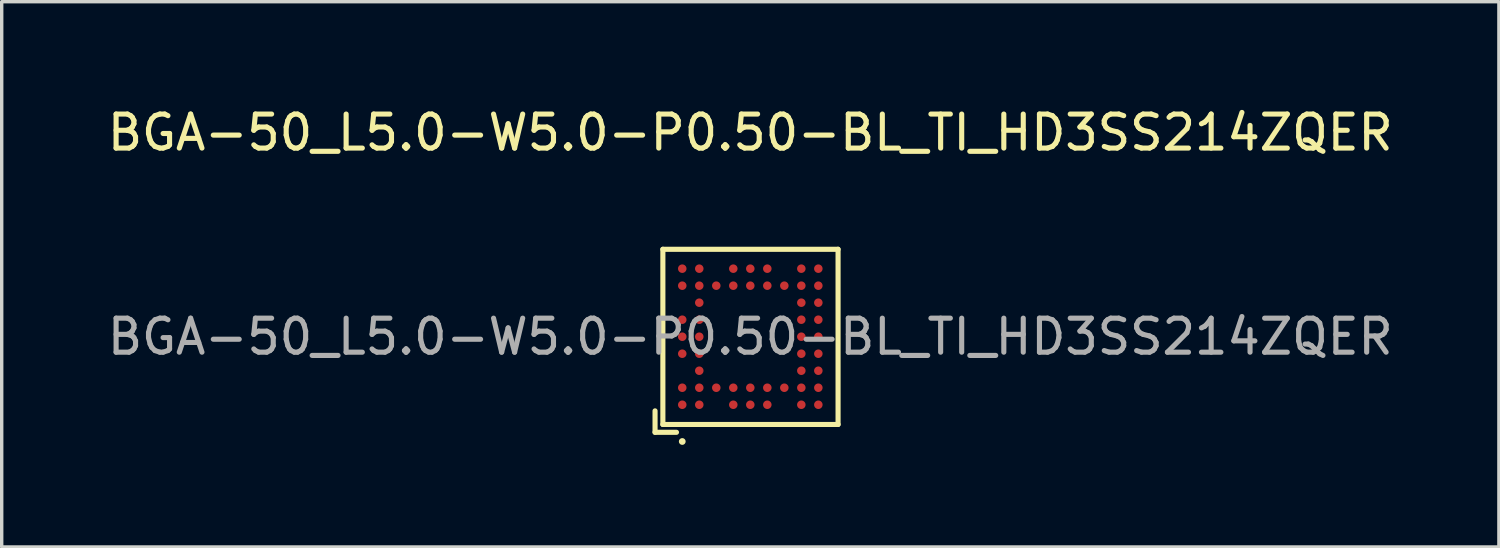
<source format=kicad_pcb>
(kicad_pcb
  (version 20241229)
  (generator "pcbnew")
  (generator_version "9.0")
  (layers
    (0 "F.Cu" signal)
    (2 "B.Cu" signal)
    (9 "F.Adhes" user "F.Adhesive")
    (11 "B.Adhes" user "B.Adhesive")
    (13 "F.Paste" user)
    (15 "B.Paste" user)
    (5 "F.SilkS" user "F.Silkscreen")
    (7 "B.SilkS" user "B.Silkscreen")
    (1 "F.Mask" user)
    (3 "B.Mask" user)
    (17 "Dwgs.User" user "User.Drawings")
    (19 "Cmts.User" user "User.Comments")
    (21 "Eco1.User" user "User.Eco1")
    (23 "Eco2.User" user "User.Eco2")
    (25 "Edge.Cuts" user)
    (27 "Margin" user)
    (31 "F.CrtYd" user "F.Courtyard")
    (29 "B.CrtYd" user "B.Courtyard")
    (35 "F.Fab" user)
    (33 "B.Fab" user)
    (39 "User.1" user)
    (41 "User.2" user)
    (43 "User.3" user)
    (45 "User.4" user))
  (footprint "BGA-50_L5.0-W5.0-P0.50-BL_TI_HD3SS214ZQER"
    (layer "F.Cu")
    (at 19.006 6.848)
    (property "Reference" "BGA-50_L5.0-W5.0-P0.50-BL_TI_HD3SS214ZQER" (at 0 -6 0) (layer "F.SilkS") (effects (font (size 1 1) (thickness 0.15))))
    (attr smd)
    (fp_line (start -2.8 2.18) (end -2.8 2.81) (stroke (width 0.15) (type solid)) (layer "F.SilkS"))
    (fp_line (start -2.8 2.81) (end -2.17 2.81) (stroke (width 0.15) (type solid)) (layer "F.SilkS"))
    (fp_line (start -2.57 -2.57) (end 2.58 -2.57) (stroke (width 0.15) (type solid)) (layer "F.SilkS"))
    (fp_line (start -2.57 2.58) (end -2.57 -2.57) (stroke (width 0.15) (type solid)) (layer "F.SilkS"))
    (fp_line (start 2.58 -2.57) (end 2.58 2.58) (stroke (width 0.15) (type solid)) (layer "F.SilkS"))
    (fp_line (start 2.58 2.58) (end -2.57 2.58) (stroke (width 0.15) (type solid)) (layer "F.SilkS"))
    (fp_circle (center -2 3.08) (end -1.95 3.08) (stroke (width 0.1) (type solid)) (fill no) (layer "F.SilkS"))
    (fp_text user "${REFERENCE}" (at 0 0 0) (layer "F.Fab") (effects (font (size 1 1) (thickness 0.15))))
    (pad "A1" smd circle (at -2 2 180) (size 0.25 0.25) (layers "F.Cu" "F.Mask" "F.Paste"))
    (pad "A2" smd circle (at -2 1.5 180) (size 0.25 0.25) (layers "F.Cu" "F.Mask" "F.Paste"))
    (pad "A4" smd circle (at -2 0.5 180) (size 0.25 0.25) (layers "F.Cu" "F.Mask" "F.Paste"))
    (pad "A5" smd circle (at -2 0 180) (size 0.25 0.25) (layers "F.Cu" "F.Mask" "F.Paste"))
    (pad "A6" smd circle (at -2 -0.5 180) (size 0.25 0.25) (layers "F.Cu" "F.Mask" "F.Paste"))
    (pad "A8" smd circle (at -2 -1.5 180) (size 0.25 0.25) (layers "F.Cu" "F.Mask" "F.Paste"))
    (pad "A9" smd circle (at -2 -2 180) (size 0.25 0.25) (layers "F.Cu" "F.Mask" "F.Paste"))
    (pad "B1" smd circle (at -1.5 2 180) (size 0.25 0.25) (layers "F.Cu" "F.Mask" "F.Paste"))
    (pad "B2" smd circle (at -1.5 1.5 180) (size 0.25 0.25) (layers "F.Cu" "F.Mask" "F.Paste"))
    (pad "B3" smd circle (at -1.5 1 180) (size 0.25 0.25) (layers "F.Cu" "F.Mask" "F.Paste"))
    (pad "B4" smd circle (at -1.5 0.5 180) (size 0.25 0.25) (layers "F.Cu" "F.Mask" "F.Paste"))
    (pad "B5" smd circle (at -1.5 0 180) (size 0.25 0.25) (layers "F.Cu" "F.Mask" "F.Paste"))
    (pad "B6" smd circle (at -1.5 -0.5 180) (size 0.25 0.25) (layers "F.Cu" "F.Mask" "F.Paste"))
    (pad "B7" smd circle (at -1.5 -1 180) (size 0.25 0.25) (layers "F.Cu" "F.Mask" "F.Paste"))
    (pad "B8" smd circle (at -1.5 -1.5 180) (size 0.25 0.25) (layers "F.Cu" "F.Mask" "F.Paste"))
    (pad "B9" smd circle (at -1.5 -2 180) (size 0.25 0.25) (layers "F.Cu" "F.Mask" "F.Paste"))
    (pad "C2" smd circle (at -1 1.5 180) (size 0.25 0.25) (layers "F.Cu" "F.Mask" "F.Paste"))
    (pad "C8" smd circle (at -1 -1.5 180) (size 0.25 0.25) (layers "F.Cu" "F.Mask" "F.Paste"))
    (pad "D1" smd circle (at -0.5 2 180) (size 0.25 0.25) (layers "F.Cu" "F.Mask" "F.Paste"))
    (pad "D2" smd circle (at -0.5 1.5 180) (size 0.25 0.25) (layers "F.Cu" "F.Mask" "F.Paste"))
    (pad "D8" smd circle (at -0.5 -1.5 180) (size 0.25 0.25) (layers "F.Cu" "F.Mask" "F.Paste"))
    (pad "D9" smd circle (at -0.5 -2 180) (size 0.25 0.25) (layers "F.Cu" "F.Mask" "F.Paste"))
    (pad "E1" smd circle (at 0 2 180) (size 0.25 0.25) (layers "F.Cu" "F.Mask" "F.Paste"))
    (pad "E2" smd circle (at 0 1.5 180) (size 0.25 0.25) (layers "F.Cu" "F.Mask" "F.Paste"))
    (pad "E8" smd circle (at 0 -1.5 180) (size 0.25 0.25) (layers "F.Cu" "F.Mask" "F.Paste"))
    (pad "E9" smd circle (at 0 -2 180) (size 0.25 0.25) (layers "F.Cu" "F.Mask" "F.Paste"))
    (pad "F1" smd circle (at 0.5 2 180) (size 0.25 0.25) (layers "F.Cu" "F.Mask" "F.Paste"))
    (pad "F2" smd circle (at 0.5 1.5 180) (size 0.25 0.25) (layers "F.Cu" "F.Mask" "F.Paste"))
    (pad "F8" smd circle (at 0.5 -1.5 180) (size 0.25 0.25) (layers "F.Cu" "F.Mask" "F.Paste"))
    (pad "F9" smd circle (at 0.5 -2 180) (size 0.25 0.25) (layers "F.Cu" "F.Mask" "F.Paste"))
    (pad "G2" smd circle (at 1 1.5 180) (size 0.25 0.25) (layers "F.Cu" "F.Mask" "F.Paste"))
    (pad "G8" smd circle (at 1 -1.5 180) (size 0.25 0.25) (layers "F.Cu" "F.Mask" "F.Paste"))
    (pad "H1" smd circle (at 1.5 2 180) (size 0.25 0.25) (layers "F.Cu" "F.Mask" "F.Paste"))
    (pad "H2" smd circle (at 1.5 1.5 180) (size 0.25 0.25) (layers "F.Cu" "F.Mask" "F.Paste"))
    (pad "H3" smd circle (at 1.5 1 180) (size 0.25 0.25) (layers "F.Cu" "F.Mask" "F.Paste"))
    (pad "H4" smd circle (at 1.5 0.5 180) (size 0.25 0.25) (layers "F.Cu" "F.Mask" "F.Paste"))
    (pad "H5" smd circle (at 1.5 0 180) (size 0.25 0.25) (layers "F.Cu" "F.Mask" "F.Paste"))
    (pad "H6" smd circle (at 1.5 -0.5 180) (size 0.25 0.25) (layers "F.Cu" "F.Mask" "F.Paste"))
    (pad "H7" smd circle (at 1.5 -1 180) (size 0.25 0.25) (layers "F.Cu" "F.Mask" "F.Paste"))
    (pad "H8" smd circle (at 1.5 -1.5 180) (size 0.25 0.25) (layers "F.Cu" "F.Mask" "F.Paste"))
    (pad "H9" smd circle (at 1.5 -2 180) (size 0.25 0.25) (layers "F.Cu" "F.Mask" "F.Paste"))
    (pad "J1" smd circle (at 2 2 180) (size 0.25 0.25) (layers "F.Cu" "F.Mask" "F.Paste"))
    (pad "J2" smd circle (at 2 1.5 180) (size 0.25 0.25) (layers "F.Cu" "F.Mask" "F.Paste"))
    (pad "J3" smd circle (at 2 1 180) (size 0.25 0.25) (layers "F.Cu" "F.Mask" "F.Paste"))
    (pad "J4" smd circle (at 2 0.5 180) (size 0.25 0.25) (layers "F.Cu" "F.Mask" "F.Paste"))
    (pad "J5" smd circle (at 2 0 180) (size 0.25 0.25) (layers "F.Cu" "F.Mask" "F.Paste"))
    (pad "J6" smd circle (at 2 -0.5 180) (size 0.25 0.25) (layers "F.Cu" "F.Mask" "F.Paste"))
    (pad "J7" smd circle (at 2 -1 180) (size 0.25 0.25) (layers "F.Cu" "F.Mask" "F.Paste"))
    (pad "J8" smd circle (at 2 -1.5 180) (size 0.25 0.25) (layers "F.Cu" "F.Mask" "F.Paste"))
    (pad "J9" smd circle (at 2 -2 180) (size 0.25 0.25) (layers "F.Cu" "F.Mask" "F.Paste")))
  (gr_rect
    (start -3 -3)
    (end 41.012 13.028)
    (stroke (width 0.1) (type default))
    (fill no)
    (layer "Edge.Cuts")))
</source>
